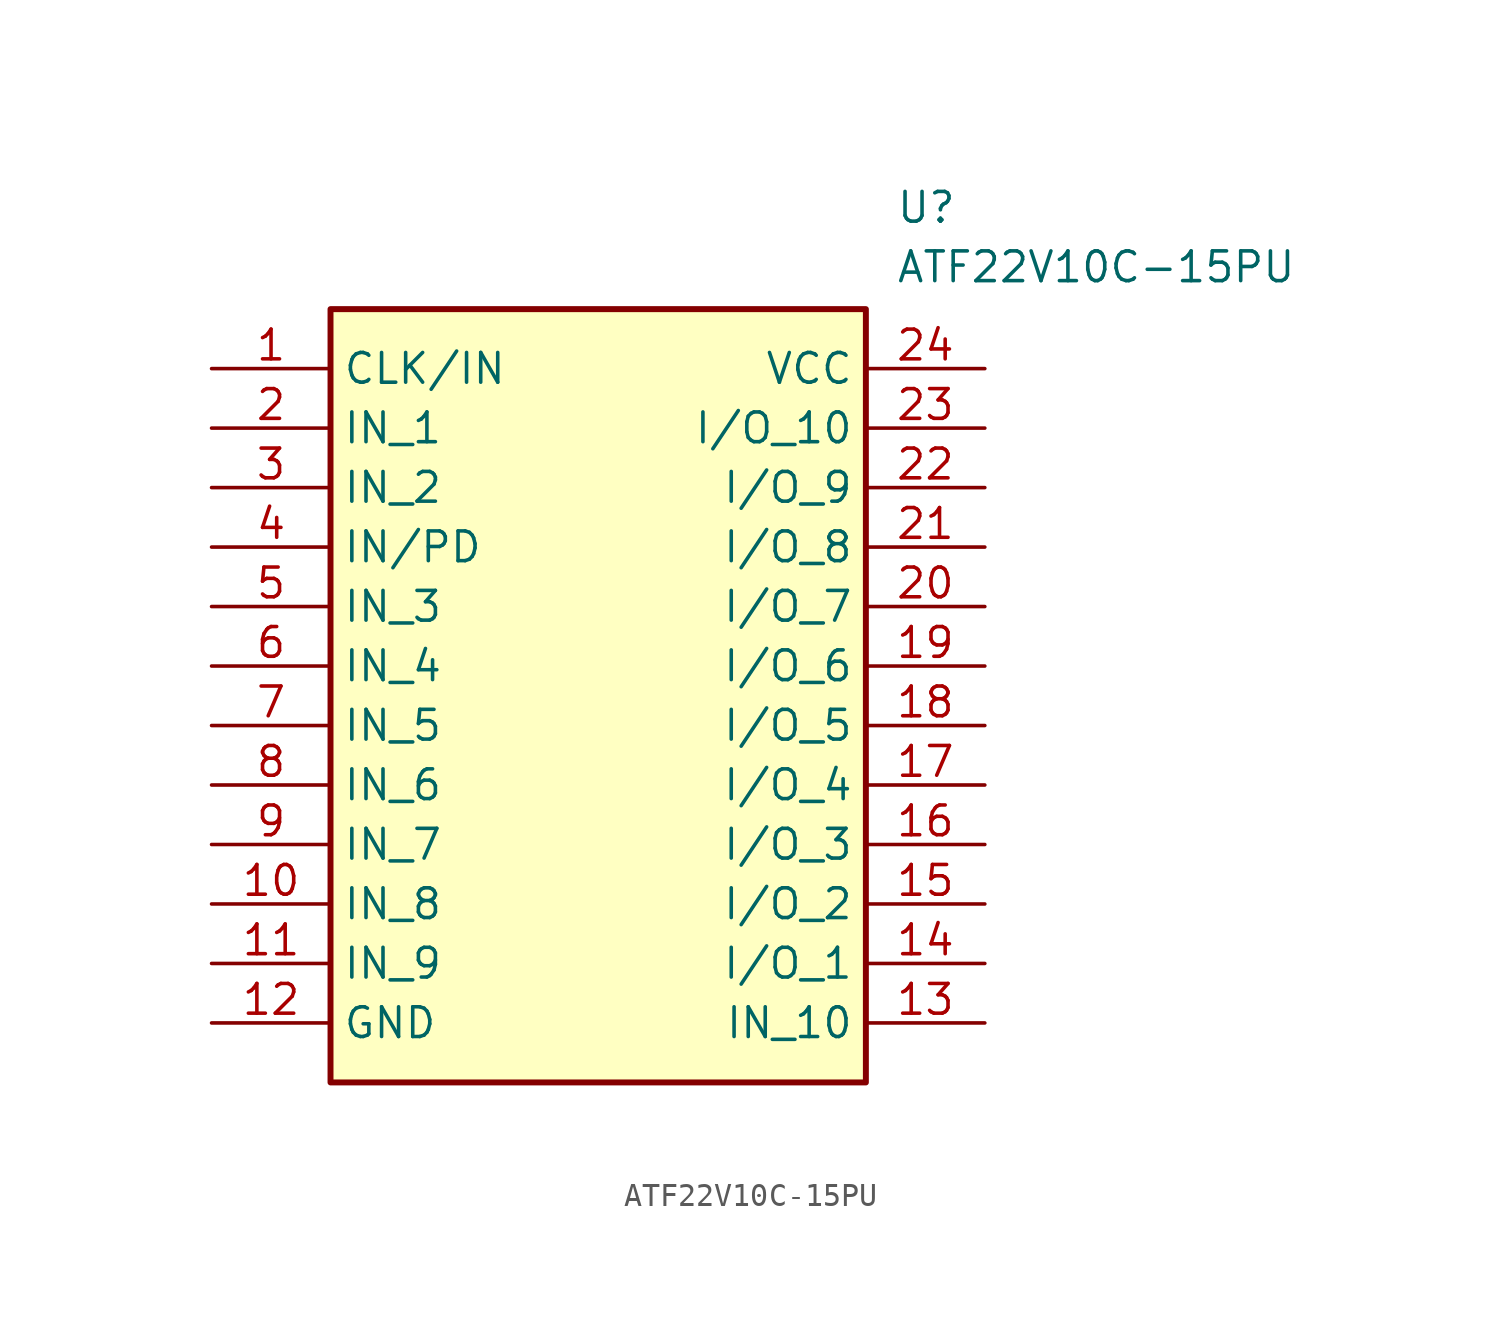
<source format=kicad_sym>
(kicad_symbol_lib
  (version 20231120)
  (generator "kicad_symbol_editor")
  (generator_version "8.0")
  (symbol "ATF22V10C-15PU"
    (property "Reference" "U"
      (at 29.21 7.62 0)
      (effects (font (size 1.27 1.27)) (justify left top)))
    (property "Value" "ATF22V10C-15PU"
      (at 29.21 5.08 0)
      (effects (font (size 1.27 1.27)) (justify left top)))
    (symbol "ATF22V10C-15PU_1_1"
      (rectangle (start 5.08 2.54) (end 27.94 -30.48) (stroke (width 0.254) (type default)) (fill (type background)))
      (pin passive line (at 0 0 0) (length 5.08) (name "CLK/IN" (effects (font (size 1.27 1.27)))) (number "1" (effects (font (size 1.27 1.27)))))
      (pin passive line (at 0 -22.86 0) (length 5.08) (name "IN_8" (effects (font (size 1.27 1.27)))) (number "10" (effects (font (size 1.27 1.27)))))
      (pin passive line (at 0 -25.4 0) (length 5.08) (name "IN_9" (effects (font (size 1.27 1.27)))) (number "11" (effects (font (size 1.27 1.27)))))
      (pin passive line (at 0 -27.94 0) (length 5.08) (name "GND" (effects (font (size 1.27 1.27)))) (number "12" (effects (font (size 1.27 1.27)))))
      (pin passive line (at 33.02 -27.94 180) (length 5.08) (name "IN_10" (effects (font (size 1.27 1.27)))) (number "13" (effects (font (size 1.27 1.27)))))
      (pin passive line (at 33.02 -25.4 180) (length 5.08) (name "I/O_1" (effects (font (size 1.27 1.27)))) (number "14" (effects (font (size 1.27 1.27)))))
      (pin passive line (at 33.02 -22.86 180) (length 5.08) (name "I/O_2" (effects (font (size 1.27 1.27)))) (number "15" (effects (font (size 1.27 1.27)))))
      (pin passive line (at 33.02 -20.32 180) (length 5.08) (name "I/O_3" (effects (font (size 1.27 1.27)))) (number "16" (effects (font (size 1.27 1.27)))))
      (pin passive line (at 33.02 -17.78 180) (length 5.08) (name "I/O_4" (effects (font (size 1.27 1.27)))) (number "17" (effects (font (size 1.27 1.27)))))
      (pin passive line (at 33.02 -15.24 180) (length 5.08) (name "I/O_5" (effects (font (size 1.27 1.27)))) (number "18" (effects (font (size 1.27 1.27)))))
      (pin passive line (at 33.02 -12.7 180) (length 5.08) (name "I/O_6" (effects (font (size 1.27 1.27)))) (number "19" (effects (font (size 1.27 1.27)))))
      (pin passive line (at 0 -2.54 0) (length 5.08) (name "IN_1" (effects (font (size 1.27 1.27)))) (number "2" (effects (font (size 1.27 1.27)))))
      (pin passive line (at 33.02 -10.16 180) (length 5.08) (name "I/O_7" (effects (font (size 1.27 1.27)))) (number "20" (effects (font (size 1.27 1.27)))))
      (pin passive line (at 33.02 -7.62 180) (length 5.08) (name "I/O_8" (effects (font (size 1.27 1.27)))) (number "21" (effects (font (size 1.27 1.27)))))
      (pin passive line (at 33.02 -5.08 180) (length 5.08) (name "I/O_9" (effects (font (size 1.27 1.27)))) (number "22" (effects (font (size 1.27 1.27)))))
      (pin passive line (at 33.02 -2.54 180) (length 5.08) (name "I/O_10" (effects (font (size 1.27 1.27)))) (number "23" (effects (font (size 1.27 1.27)))))
      (pin passive line (at 33.02 0 180) (length 5.08) (name "VCC" (effects (font (size 1.27 1.27)))) (number "24" (effects (font (size 1.27 1.27)))))
      (pin passive line (at 0 -5.08 0) (length 5.08) (name "IN_2" (effects (font (size 1.27 1.27)))) (number "3" (effects (font (size 1.27 1.27)))))
      (pin passive line (at 0 -7.62 0) (length 5.08) (name "IN/PD" (effects (font (size 1.27 1.27)))) (number "4" (effects (font (size 1.27 1.27)))))
      (pin passive line (at 0 -10.16 0) (length 5.08) (name "IN_3" (effects (font (size 1.27 1.27)))) (number "5" (effects (font (size 1.27 1.27)))))
      (pin passive line (at 0 -12.7 0) (length 5.08) (name "IN_4" (effects (font (size 1.27 1.27)))) (number "6" (effects (font (size 1.27 1.27)))))
      (pin passive line (at 0 -15.24 0) (length 5.08) (name "IN_5" (effects (font (size 1.27 1.27)))) (number "7" (effects (font (size 1.27 1.27)))))
      (pin passive line (at 0 -17.78 0) (length 5.08) (name "IN_6" (effects (font (size 1.27 1.27)))) (number "8" (effects (font (size 1.27 1.27)))))
      (pin passive line (at 0 -20.32 0) (length 5.08) (name "IN_7" (effects (font (size 1.27 1.27)))) (number "9" (effects (font (size 1.27 1.27))))))))
</source>
